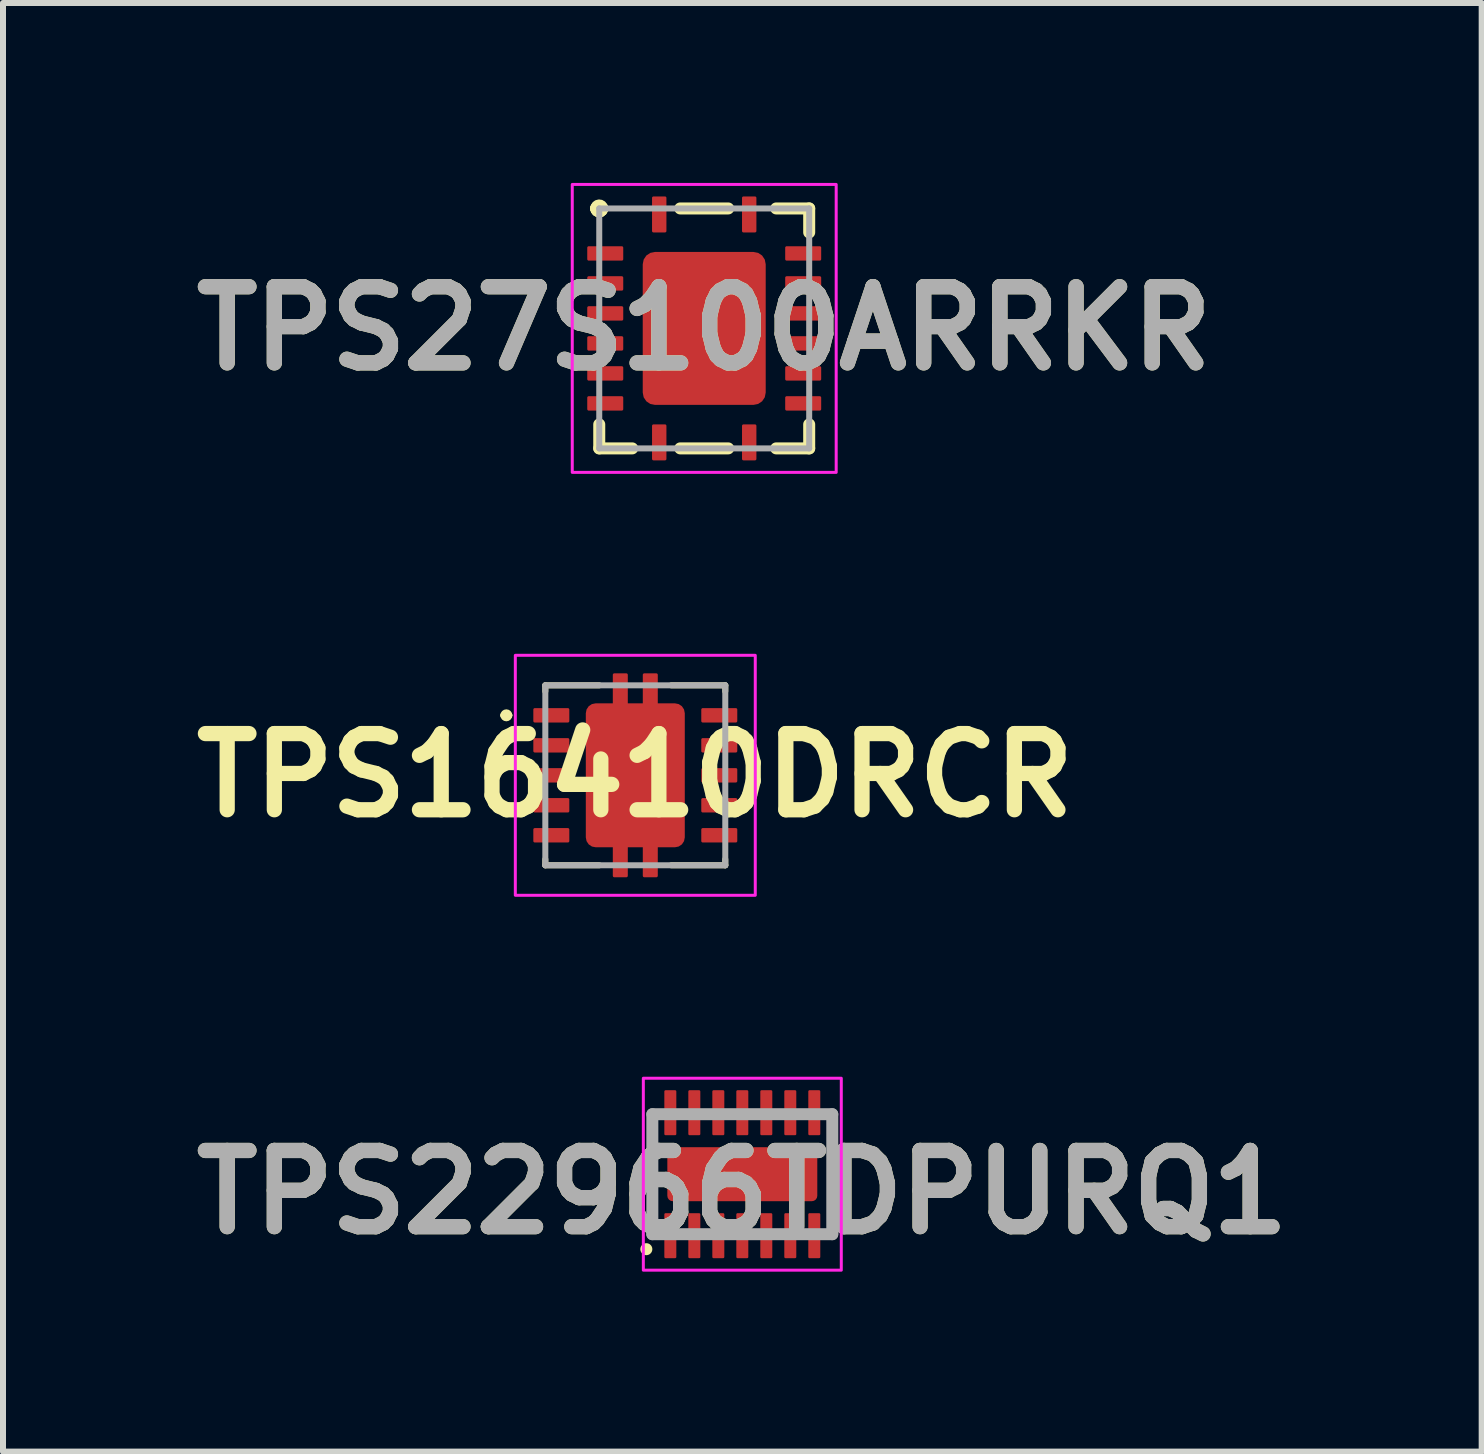
<source format=kicad_pcb>
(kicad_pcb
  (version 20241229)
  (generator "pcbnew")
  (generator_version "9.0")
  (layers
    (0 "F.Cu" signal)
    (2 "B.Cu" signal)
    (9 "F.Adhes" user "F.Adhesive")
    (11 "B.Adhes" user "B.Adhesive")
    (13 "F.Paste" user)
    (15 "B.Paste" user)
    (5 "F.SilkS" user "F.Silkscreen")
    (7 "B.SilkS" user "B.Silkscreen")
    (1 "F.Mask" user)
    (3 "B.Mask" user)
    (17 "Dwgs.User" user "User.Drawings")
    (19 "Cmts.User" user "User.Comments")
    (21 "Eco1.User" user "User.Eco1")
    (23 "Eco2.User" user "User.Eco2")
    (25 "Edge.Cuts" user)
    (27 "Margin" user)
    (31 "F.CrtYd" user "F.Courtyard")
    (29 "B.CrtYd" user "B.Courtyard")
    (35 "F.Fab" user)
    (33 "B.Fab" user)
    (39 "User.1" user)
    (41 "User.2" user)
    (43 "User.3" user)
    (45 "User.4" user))
  (footprint "TPS27S100ARRKR"
    (layer "F.Cu")
    (at 8.69 2.425)
    (property "Reference" "TPS27S100ARRKR" (at 0 0 0) (layer "F.SilkS") (effects (font (size 1.27 1.27) (thickness 0.254))))
    (attr smd)
    (fp_line (start -1.8 -2) (end -1.8 -2) (stroke (width 0.2) (type solid)) (layer "F.SilkS"))
    (fp_line (start -1.8 -2) (end -1.8 -2) (stroke (width 0.2) (type solid)) (layer "F.SilkS"))
    (fp_line (start -1.75 2) (end -1.75 1.6) (stroke (width 0.2) (type solid)) (layer "F.SilkS"))
    (fp_line (start -1.7 -2) (end -1.7 -2) (stroke (width 0.2) (type solid)) (layer "F.SilkS"))
    (fp_line (start -1.2 2) (end -1.75 2) (stroke (width 0.2) (type solid)) (layer "F.SilkS"))
    (fp_line (start -0.4 -2) (end 0.4 -2) (stroke (width 0.2) (type solid)) (layer "F.SilkS"))
    (fp_line (start -0.4 2) (end 0.4 2) (stroke (width 0.2) (type solid)) (layer "F.SilkS"))
    (fp_line (start 1.2 2) (end 1.75 2) (stroke (width 0.2) (type solid)) (layer "F.SilkS"))
    (fp_line (start 1.75 -2) (end 1.2 -2) (stroke (width 0.2) (type solid)) (layer "F.SilkS"))
    (fp_line (start 1.75 -1.6) (end 1.75 -2) (stroke (width 0.2) (type solid)) (layer "F.SilkS"))
    (fp_line (start 1.75 2) (end 1.75 1.6) (stroke (width 0.2) (type solid)) (layer "F.SilkS"))
    (fp_arc (start -1.8 -2) (mid -1.75 -2.05) (end -1.7 -2) (stroke (width 0.2) (type solid)) (layer "F.SilkS"))
    (fp_arc (start -1.7 -2) (mid -1.75 -1.95) (end -1.8 -2) (stroke (width 0.2) (type solid)) (layer "F.SilkS"))
    (fp_arc (start -1.7 -2) (mid -1.75 -1.95) (end -1.8 -2) (stroke (width 0.2) (type solid)) (layer "F.SilkS"))
    (fp_rect (start -2.2 -2.4) (end 2.2 2.4) (stroke (width 0.05) (type default)) (fill no) (layer "F.CrtYd"))
    (fp_line (start -1.75 -2) (end -1.75 2) (stroke (width 0.1) (type solid)) (layer "F.Fab"))
    (fp_line (start -1.75 2) (end 1.75 2) (stroke (width 0.1) (type solid)) (layer "F.Fab"))
    (fp_line (start 1.75 -2) (end -1.75 -2) (stroke (width 0.1) (type solid)) (layer "F.Fab"))
    (fp_line (start 1.75 2) (end 1.75 -2) (stroke (width 0.1) (type solid)) (layer "F.Fab"))
    (fp_text user "${REFERENCE}" (at 0 0 0) (layer "F.Fab") (effects (font (size 1.27 1.27) (thickness 0.254))))
    (pad "1" smd roundrect (at -0.75 -1.9) (size 0.24 0.6) (layers "F.Cu" "F.Mask" "F.Paste") (roundrect_rratio 0.1))
    (pad "2" smd roundrect (at -1.65 -1.25 90) (size 0.24 0.6) (layers "F.Cu" "F.Mask" "F.Paste") (roundrect_rratio 0.1))
    (pad "3" smd roundrect (at -1.65 -0.75 90) (size 0.24 0.6) (layers "F.Cu" "F.Mask" "F.Paste") (roundrect_rratio 0.1))
    (pad "4" smd roundrect (at -1.65 -0.25 90) (size 0.24 0.6) (layers "F.Cu" "F.Mask" "F.Paste") (roundrect_rratio 0.1))
    (pad "5" smd roundrect (at -1.65 0.25 90) (size 0.24 0.6) (layers "F.Cu" "F.Mask" "F.Paste") (roundrect_rratio 0.1))
    (pad "6" smd roundrect (at -1.65 0.75 90) (size 0.24 0.6) (layers "F.Cu" "F.Mask" "F.Paste") (roundrect_rratio 0.1))
    (pad "7" smd roundrect (at -1.65 1.25 90) (size 0.24 0.6) (layers "F.Cu" "F.Mask" "F.Paste") (roundrect_rratio 0.1))
    (pad "8" smd roundrect (at -0.75 1.9) (size 0.24 0.6) (layers "F.Cu" "F.Mask" "F.Paste") (roundrect_rratio 0.1))
    (pad "9" smd roundrect (at 0.75 1.9) (size 0.24 0.6) (layers "F.Cu" "F.Mask" "F.Paste") (roundrect_rratio 0.1))
    (pad "10" smd roundrect (at 1.65 1.25 90) (size 0.24 0.6) (layers "F.Cu" "F.Mask" "F.Paste") (roundrect_rratio 0.1))
    (pad "11" smd roundrect (at 1.65 0.75 90) (size 0.24 0.6) (layers "F.Cu" "F.Mask" "F.Paste") (roundrect_rratio 0.1))
    (pad "12" smd roundrect (at 1.65 0.25 90) (size 0.24 0.6) (layers "F.Cu" "F.Mask" "F.Paste") (roundrect_rratio 0.1))
    (pad "13" smd roundrect (at 1.65 -0.25 90) (size 0.24 0.6) (layers "F.Cu" "F.Mask" "F.Paste") (roundrect_rratio 0.1))
    (pad "14" smd roundrect (at 1.65 -0.75 90) (size 0.24 0.6) (layers "F.Cu" "F.Mask" "F.Paste") (roundrect_rratio 0.1))
    (pad "15" smd roundrect (at 1.65 -1.25 90) (size 0.24 0.6) (layers "F.Cu" "F.Mask" "F.Paste") (roundrect_rratio 0.1))
    (pad "16" smd roundrect (at 0.75 -1.9) (size 0.24 0.6) (layers "F.Cu" "F.Mask" "F.Paste") (roundrect_rratio 0.1))
    (pad "17" smd roundrect (at 0 0) (size 2.05 2.55) (layers "F.Cu" "F.Mask" "F.Paste") (roundrect_rratio 0.1)))
  (footprint "TPS22966TDPURQ1"
    (layer "F.Cu")
    (at 9.325 16.525)
    (property "Reference" "TPS22966TDPURQ1" (at 0 0.3 0) (layer "F.SilkS") (effects (font (size 1.27 1.27) (thickness 0.254))))
    (attr smd)
    (fp_line (start -1.5 -1) (end -1.5 1) (stroke (width 0.1) (type default)) (layer "F.SilkS"))
    (fp_line (start 1.5 -1) (end 1.5 1) (stroke (width 0.1) (type default)) (layer "F.SilkS"))
    (fp_circle (center -1.6 1.25) (end -1.5 1.25) (stroke (width 0) (type solid)) (fill yes) (layer "F.SilkS"))
    (fp_rect (start -1.65 -1.6) (end 1.65 1.6) (stroke (width 0.05) (type default)) (fill no) (layer "F.CrtYd"))
    (fp_line (start -1.5 -1) (end -1.5 1) (stroke (width 0.2) (type solid)) (layer "F.Fab"))
    (fp_line (start -1.5 1) (end 1.5 1) (stroke (width 0.2) (type solid)) (layer "F.Fab"))
    (fp_line (start 1.5 -1) (end -1.5 -1) (stroke (width 0.2) (type solid)) (layer "F.Fab"))
    (fp_line (start 1.5 1) (end 1.5 -1) (stroke (width 0.2) (type solid)) (layer "F.Fab"))
    (fp_text user "${REFERENCE}" (at 0 0.3 0) (layer "F.Fab") (effects (font (size 1.27 1.27) (thickness 0.254))))
    (pad "1" smd roundrect (at -1.2 1.025) (size 0.2 0.75) (layers "F.Cu" "F.Mask" "F.Paste") (roundrect_rratio 0.1))
    (pad "2" smd roundrect (at -0.8 1.025) (size 0.2 0.75) (layers "F.Cu" "F.Mask" "F.Paste") (roundrect_rratio 0.1))
    (pad "3" smd roundrect (at -0.4 1.025) (size 0.2 0.75) (layers "F.Cu" "F.Mask" "F.Paste") (roundrect_rratio 0.1))
    (pad "4" smd roundrect (at 0 1.025) (size 0.2 0.75) (layers "F.Cu" "F.Mask" "F.Paste") (roundrect_rratio 0.1))
    (pad "5" smd roundrect (at 0.4 1.025) (size 0.2 0.75) (layers "F.Cu" "F.Mask" "F.Paste") (roundrect_rratio 0.1))
    (pad "6" smd roundrect (at 0.8 1.025) (size 0.2 0.75) (layers "F.Cu" "F.Mask" "F.Paste") (roundrect_rratio 0.1))
    (pad "7" smd roundrect (at 1.2 1.025) (size 0.2 0.75) (layers "F.Cu" "F.Mask" "F.Paste") (roundrect_rratio 0.1))
    (pad "8" smd roundrect (at 1.2 -1.025) (size 0.2 0.75) (layers "F.Cu" "F.Mask" "F.Paste") (roundrect_rratio 0.1))
    (pad "9" smd roundrect (at 0.8 -1.025) (size 0.2 0.75) (layers "F.Cu" "F.Mask" "F.Paste") (roundrect_rratio 0.1))
    (pad "10" smd roundrect (at 0.4 -1.025) (size 0.2 0.75) (layers "F.Cu" "F.Mask" "F.Paste") (roundrect_rratio 0.1))
    (pad "11" smd roundrect (at 0 -1.025) (size 0.2 0.75) (layers "F.Cu" "F.Mask" "F.Paste") (roundrect_rratio 0.1))
    (pad "12" smd roundrect (at -0.4 -1.025) (size 0.2 0.75) (layers "F.Cu" "F.Mask" "F.Paste") (roundrect_rratio 0.1))
    (pad "13" smd roundrect (at -0.8 -1.025) (size 0.2 0.75) (layers "F.Cu" "F.Mask" "F.Paste") (roundrect_rratio 0.1))
    (pad "14" smd roundrect (at -1.2 -1.025) (size 0.2 0.75) (layers "F.Cu" "F.Mask" "F.Paste") (roundrect_rratio 0.1))
    (pad "15" smd roundrect (at 0 0 90) (size 0.9 2.5) (layers "F.Cu" "F.Mask" "F.Paste") (roundrect_rratio 0.1)))
  (footprint "TPS16410DRCR"
    (layer "F.Cu")
    (at 7.541 9.875)
    (property "Reference" "TPS16410DRCR" (at 0 0 0) (layer "F.SilkS") (effects (font (size 1.27 1.27) (thickness 0.254))))
    (attr smd)
    (fp_line (start -2.2 -1) (end -2.2 -1) (stroke (width 0.1) (type solid)) (layer "F.SilkS"))
    (fp_line (start -2.1 -1) (end -2.1 -1) (stroke (width 0.1) (type solid)) (layer "F.SilkS"))
    (fp_line (start -1.5 -1.5) (end -1.5 -1.4) (stroke (width 0.1) (type solid)) (layer "F.SilkS"))
    (fp_line (start -1.5 1.5) (end -1.5 1.4) (stroke (width 0.1) (type solid)) (layer "F.SilkS"))
    (fp_line (start -0.6 -1.5) (end -1.5 -1.5) (stroke (width 0.1) (type solid)) (layer "F.SilkS"))
    (fp_line (start -0.6 1.5) (end -1.5 1.5) (stroke (width 0.1) (type solid)) (layer "F.SilkS"))
    (fp_line (start 0.6 -1.5) (end 1.5 -1.5) (stroke (width 0.1) (type solid)) (layer "F.SilkS"))
    (fp_line (start 0.6 1.5) (end 1.5 1.5) (stroke (width 0.1) (type solid)) (layer "F.SilkS"))
    (fp_line (start 1.5 -1.5) (end 1.5 -1.4) (stroke (width 0.1) (type solid)) (layer "F.SilkS"))
    (fp_line (start 1.5 1.5) (end 1.5 1.4) (stroke (width 0.1) (type solid)) (layer "F.SilkS"))
    (fp_arc (start -2.2 -1) (mid -2.15 -1.05) (end -2.1 -1) (stroke (width 0.1) (type solid)) (layer "F.SilkS"))
    (fp_arc (start -2.1 -1) (mid -2.15 -0.95) (end -2.2 -1) (stroke (width 0.1) (type solid)) (layer "F.SilkS"))
    (fp_rect (start -2 -2) (end 2 2) (stroke (width 0.05) (type default)) (fill no) (layer "F.CrtYd"))
    (fp_line (start -1.5 -1.5) (end -1.5 1.5) (stroke (width 0.1) (type solid)) (layer "F.Fab"))
    (fp_line (start -1.5 1.5) (end 1.5 1.5) (stroke (width 0.1) (type solid)) (layer "F.Fab"))
    (fp_line (start 1.5 -1.5) (end -1.5 -1.5) (stroke (width 0.1) (type solid)) (layer "F.Fab"))
    (fp_line (start 1.5 1.5) (end 1.5 -1.5) (stroke (width 0.1) (type solid)) (layer "F.Fab"))
    (pad "1" smd roundrect (at -1.4 -1 90) (size 0.24 0.6) (layers "F.Cu" "F.Mask" "F.Paste") (roundrect_rratio 0.1))
    (pad "2" smd roundrect (at -1.4 -0.5 90) (size 0.24 0.6) (layers "F.Cu" "F.Mask" "F.Paste") (roundrect_rratio 0.1))
    (pad "3" smd roundrect (at -1.4 0 90) (size 0.24 0.6) (layers "F.Cu" "F.Mask" "F.Paste") (roundrect_rratio 0.1))
    (pad "4" smd roundrect (at -1.4 0.5 90) (size 0.24 0.6) (layers "F.Cu" "F.Mask" "F.Paste") (roundrect_rratio 0.1))
    (pad "5" smd roundrect (at -1.4 1 90) (size 0.24 0.6) (layers "F.Cu" "F.Mask" "F.Paste") (roundrect_rratio 0.1))
    (pad "6" smd roundrect (at 1.4 1 90) (size 0.24 0.6) (layers "F.Cu" "F.Mask" "F.Paste") (roundrect_rratio 0.1))
    (pad "7" smd roundrect (at 1.4 0.5 90) (size 0.24 0.6) (layers "F.Cu" "F.Mask" "F.Paste") (roundrect_rratio 0.1))
    (pad "8" smd roundrect (at 1.4 0 90) (size 0.24 0.6) (layers "F.Cu" "F.Mask" "F.Paste") (roundrect_rratio 0.1))
    (pad "9" smd roundrect (at 1.4 -0.5 90) (size 0.24 0.6) (layers "F.Cu" "F.Mask" "F.Paste") (roundrect_rratio 0.1))
    (pad "10" smd roundrect (at 1.4 -1 90) (size 0.24 0.6) (layers "F.Cu" "F.Mask" "F.Paste") (roundrect_rratio 0.1))
    (pad "11" smd roundrect (at 0 0) (size 1.65 2.4) (layers "F.Cu" "F.Mask" "F.Paste") (roundrect_rratio 0.1))
    (pad "12" smd roundrect (at -0.25 -1.4) (size 0.25 0.6) (layers "F.Cu" "F.Mask" "F.Paste") (roundrect_rratio 0.1))
    (pad "13" smd roundrect (at 0.25 -1.4) (size 0.25 0.6) (layers "F.Cu" "F.Mask" "F.Paste") (roundrect_rratio 0.1))
    (pad "14" smd roundrect (at -0.25 1.4) (size 0.25 0.6) (layers "F.Cu" "F.Mask" "F.Paste") (roundrect_rratio 0.1))
    (pad "15" smd roundrect (at 0.25 1.4) (size 0.25 0.6) (layers "F.Cu" "F.Mask" "F.Paste") (roundrect_rratio 0.1)))
  (gr_rect
    (start -3 -3)
    (end 21.651 21.15)
    (stroke (width 0.1) (type default))
    (fill no)
    (layer "Edge.Cuts")))
</source>
